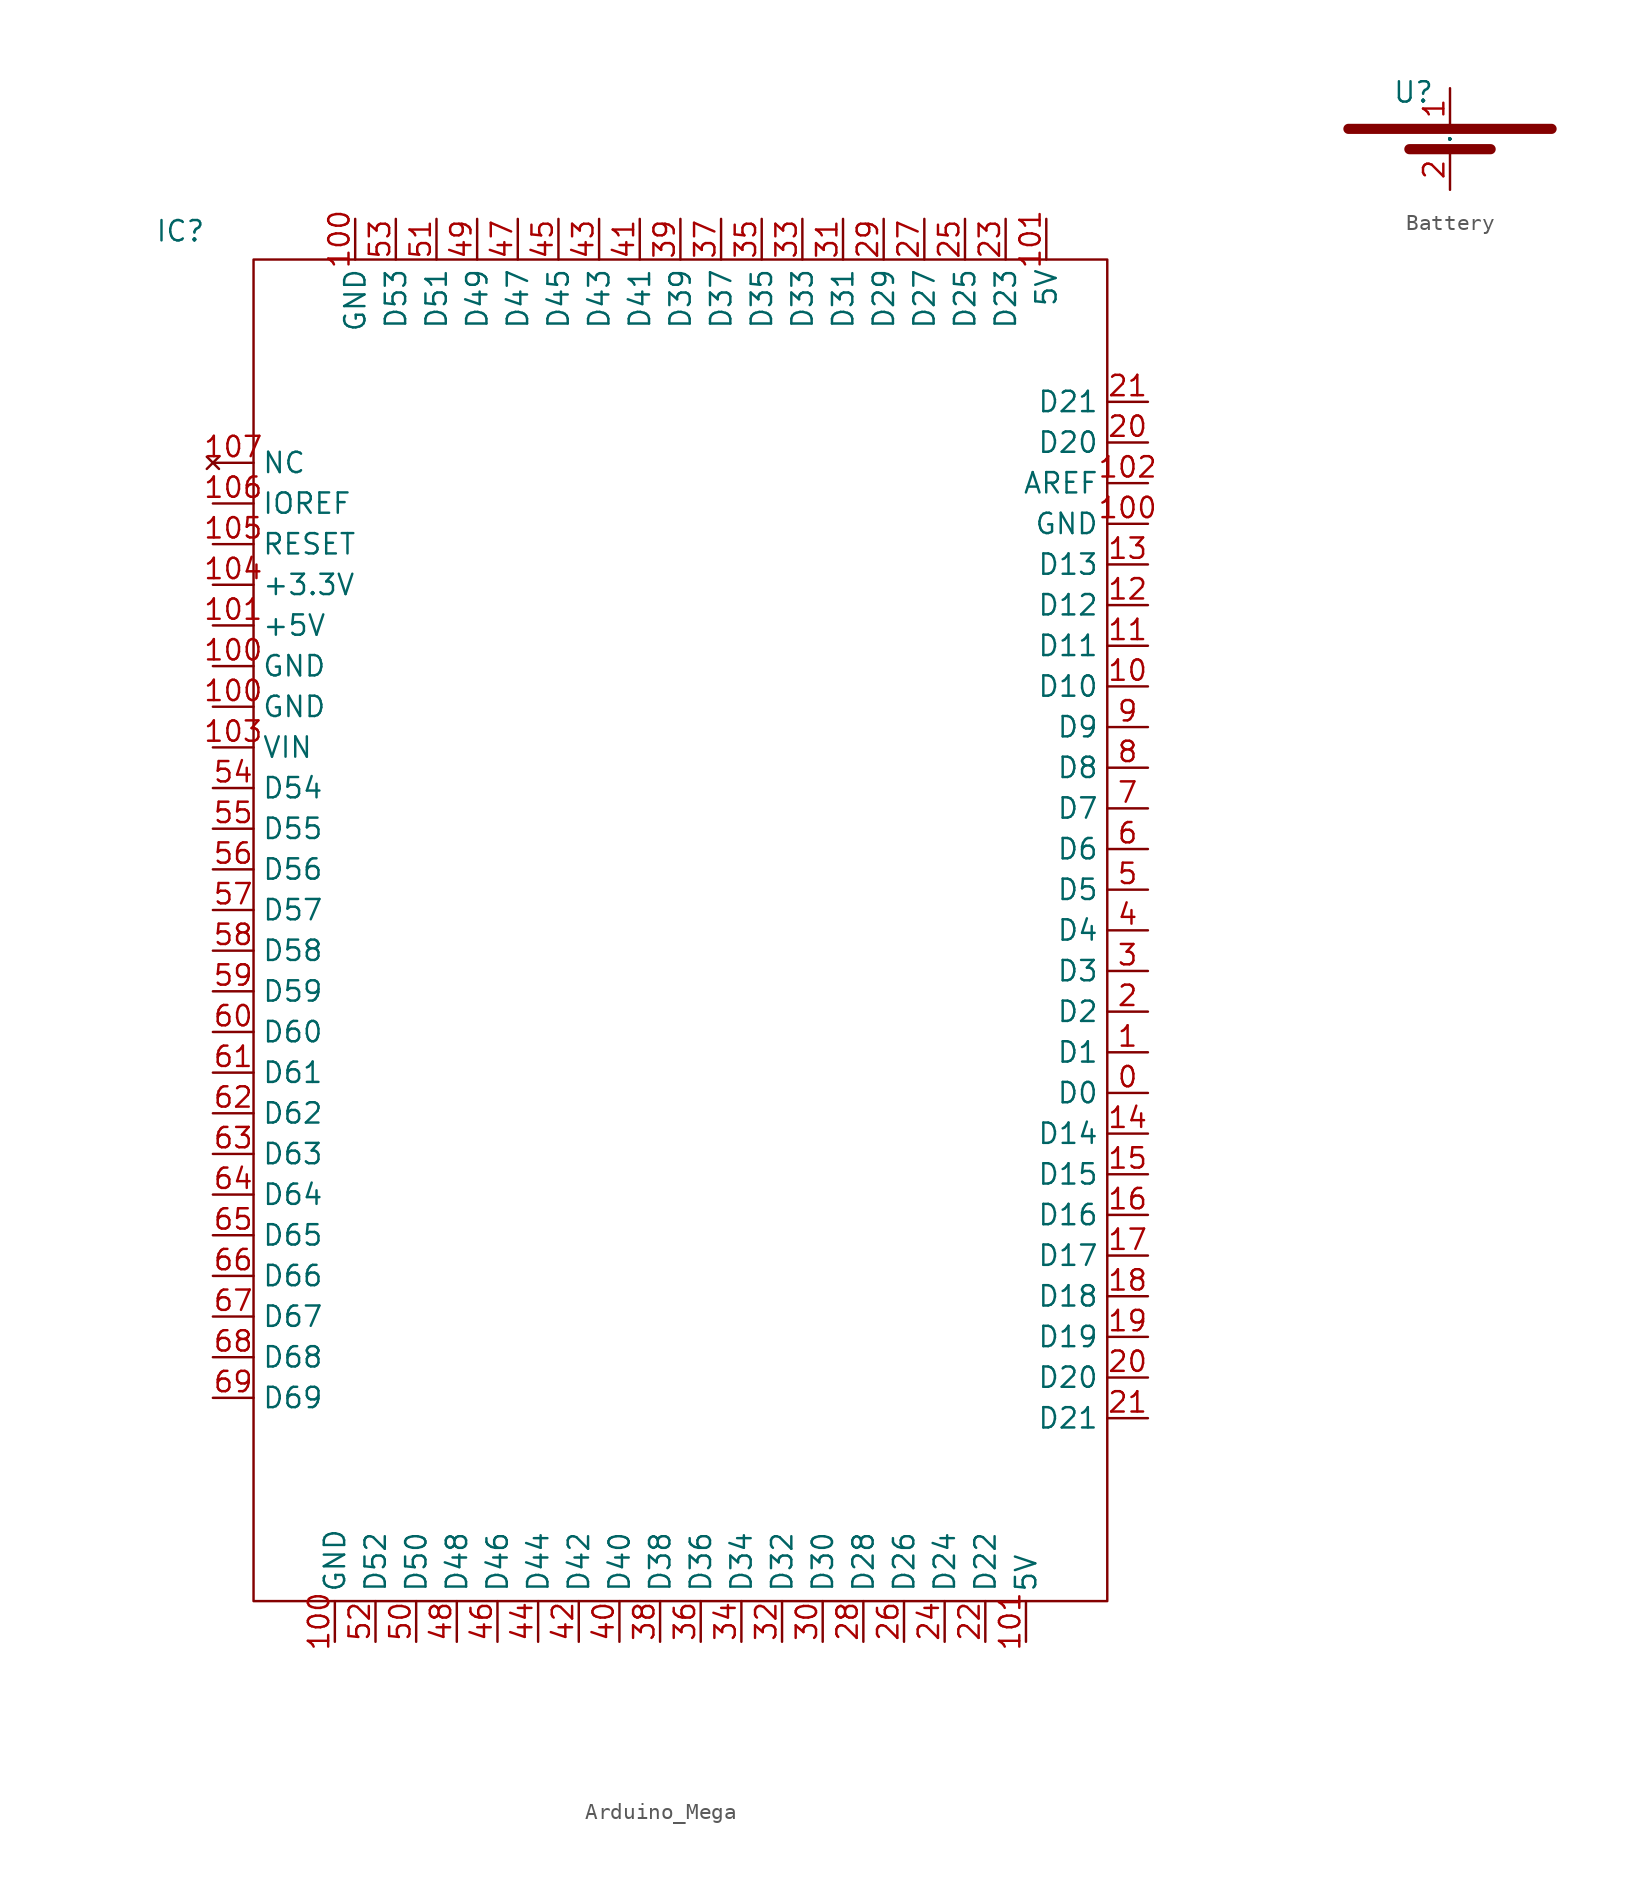
<source format=kicad_sym>
(kicad_symbol_lib
  (version 20231120)
  (generator "kicad_symbol_editor")
  (generator_version "8.0")
  (symbol "Arduino_Mega"
    (property "Reference" "IC"
      (at -13.462 15.748 0)
      (effects (font (size 1.27 1.27))))
    (property "Value" ""
      (at -8.89 -12.7 0)
      (effects (font (size 1.27 1.27))))
    (symbol "Arduino_Mega_0_1"
      (rectangle (start -8.89 13.97) (end 44.45 -69.85) (stroke (width 0) (type default)) (fill (type none))))
    (symbol "Arduino_Mega_1_1"
      (pin input line (at 46.99 -38.1 180) (length 2.54) (name "D0" (effects (font (size 1.27 1.27)))) (number "0" (effects (font (size 1.27 1.27)))))
      (pin input line (at 46.99 -35.56 180) (length 2.54) (name "D1" (effects (font (size 1.27 1.27)))) (number "1" (effects (font (size 1.27 1.27)))))
      (pin input line (at 46.99 -12.7 180) (length 2.54) (name "D10" (effects (font (size 1.27 1.27)))) (number "10" (effects (font (size 1.27 1.27)))))
      (pin input line (at -11.43 -13.97 0) (length 2.54) (name "GND" (effects (font (size 1.27 1.27)))) (number "100" (effects (font (size 1.27 1.27)))))
      (pin input line (at -11.43 -11.43 0) (length 2.54) (name "GND" (effects (font (size 1.27 1.27)))) (number "100" (effects (font (size 1.27 1.27)))))
      (pin input line (at -3.81 -72.39 90) (length 2.54) (name "GND" (effects (font (size 1.27 1.27)))) (number "100" (effects (font (size 1.27 1.27)))))
      (pin input line (at -2.54 16.51 270) (length 2.54) (name "GND" (effects (font (size 1.27 1.27)))) (number "100" (effects (font (size 1.27 1.27)))))
      (pin input line (at 46.99 -2.54 180) (length 2.54) (name "GND" (effects (font (size 1.27 1.27)))) (number "100" (effects (font (size 1.27 1.27)))))
      (pin input line (at -11.43 -8.89 0) (length 2.54) (name "+5V" (effects (font (size 1.27 1.27)))) (number "101" (effects (font (size 1.27 1.27)))))
      (pin input line (at 39.37 -72.39 90) (length 2.54) (name "5V" (effects (font (size 1.27 1.27)))) (number "101" (effects (font (size 1.27 1.27)))))
      (pin input line (at 40.64 16.51 270) (length 2.54) (name "5V" (effects (font (size 1.27 1.27)))) (number "101" (effects (font (size 1.27 1.27)))))
      (pin input line (at 46.99 0 180) (length 2.54) (name "AREF" (effects (font (size 1.27 1.27)))) (number "102" (effects (font (size 1.27 1.27)))))
      (pin input line (at -11.43 -16.51 0) (length 2.54) (name "VIN" (effects (font (size 1.27 1.27)))) (number "103" (effects (font (size 1.27 1.27)))))
      (pin input line (at -11.43 -6.35 0) (length 2.54) (name "+3.3V" (effects (font (size 1.27 1.27)))) (number "104" (effects (font (size 1.27 1.27)))))
      (pin input line (at -11.43 -3.81 0) (length 2.54) (name "RESET" (effects (font (size 1.27 1.27)))) (number "105" (effects (font (size 1.27 1.27)))))
      (pin input line (at -11.43 -1.27 0) (length 2.54) (name "IOREF" (effects (font (size 1.27 1.27)))) (number "106" (effects (font (size 1.27 1.27)))))
      (pin no_connect line (at -11.43 1.27 0) (length 2.54) (name "NC" (effects (font (size 1.27 1.27)))) (number "107" (effects (font (size 1.27 1.27)))))
      (pin input line (at 46.99 -10.16 180) (length 2.54) (name "D11" (effects (font (size 1.27 1.27)))) (number "11" (effects (font (size 1.27 1.27)))))
      (pin input line (at 46.99 -7.62 180) (length 2.54) (name "D12" (effects (font (size 1.27 1.27)))) (number "12" (effects (font (size 1.27 1.27)))))
      (pin input line (at 46.99 -5.08 180) (length 2.54) (name "D13" (effects (font (size 1.27 1.27)))) (number "13" (effects (font (size 1.27 1.27)))))
      (pin input line (at 46.99 -40.64 180) (length 2.54) (name "D14" (effects (font (size 1.27 1.27)))) (number "14" (effects (font (size 1.27 1.27)))))
      (pin input line (at 46.99 -43.18 180) (length 2.54) (name "D15" (effects (font (size 1.27 1.27)))) (number "15" (effects (font (size 1.27 1.27)))))
      (pin input line (at 46.99 -45.72 180) (length 2.54) (name "D16" (effects (font (size 1.27 1.27)))) (number "16" (effects (font (size 1.27 1.27)))))
      (pin input line (at 46.99 -48.26 180) (length 2.54) (name "D17" (effects (font (size 1.27 1.27)))) (number "17" (effects (font (size 1.27 1.27)))))
      (pin input line (at 46.99 -50.8 180) (length 2.54) (name "D18" (effects (font (size 1.27 1.27)))) (number "18" (effects (font (size 1.27 1.27)))))
      (pin input line (at 46.99 -53.34 180) (length 2.54) (name "D19" (effects (font (size 1.27 1.27)))) (number "19" (effects (font (size 1.27 1.27)))))
      (pin input line (at 46.99 -33.02 180) (length 2.54) (name "D2" (effects (font (size 1.27 1.27)))) (number "2" (effects (font (size 1.27 1.27)))))
      (pin input line (at 46.99 -55.88 180) (length 2.54) (name "D20" (effects (font (size 1.27 1.27)))) (number "20" (effects (font (size 1.27 1.27)))))
      (pin input line (at 46.99 2.54 180) (length 2.54) (name "D20" (effects (font (size 1.27 1.27)))) (number "20" (effects (font (size 1.27 1.27)))))
      (pin input line (at 46.99 -58.42 180) (length 2.54) (name "D21" (effects (font (size 1.27 1.27)))) (number "21" (effects (font (size 1.27 1.27)))))
      (pin input line (at 46.99 5.08 180) (length 2.54) (name "D21" (effects (font (size 1.27 1.27)))) (number "21" (effects (font (size 1.27 1.27)))))
      (pin input line (at 36.83 -72.39 90) (length 2.54) (name "D22" (effects (font (size 1.27 1.27)))) (number "22" (effects (font (size 1.27 1.27)))))
      (pin input line (at 38.1 16.51 270) (length 2.54) (name "D23" (effects (font (size 1.27 1.27)))) (number "23" (effects (font (size 1.27 1.27)))))
      (pin input line (at 34.29 -72.39 90) (length 2.54) (name "D24" (effects (font (size 1.27 1.27)))) (number "24" (effects (font (size 1.27 1.27)))))
      (pin input line (at 35.56 16.51 270) (length 2.54) (name "D25" (effects (font (size 1.27 1.27)))) (number "25" (effects (font (size 1.27 1.27)))))
      (pin input line (at 31.75 -72.39 90) (length 2.54) (name "D26" (effects (font (size 1.27 1.27)))) (number "26" (effects (font (size 1.27 1.27)))))
      (pin input line (at 33.02 16.51 270) (length 2.54) (name "D27" (effects (font (size 1.27 1.27)))) (number "27" (effects (font (size 1.27 1.27)))))
      (pin input line (at 29.21 -72.39 90) (length 2.54) (name "D28" (effects (font (size 1.27 1.27)))) (number "28" (effects (font (size 1.27 1.27)))))
      (pin input line (at 30.48 16.51 270) (length 2.54) (name "D29" (effects (font (size 1.27 1.27)))) (number "29" (effects (font (size 1.27 1.27)))))
      (pin input line (at 46.99 -30.48 180) (length 2.54) (name "D3" (effects (font (size 1.27 1.27)))) (number "3" (effects (font (size 1.27 1.27)))))
      (pin input line (at 26.67 -72.39 90) (length 2.54) (name "D30" (effects (font (size 1.27 1.27)))) (number "30" (effects (font (size 1.27 1.27)))))
      (pin input line (at 27.94 16.51 270) (length 2.54) (name "D31" (effects (font (size 1.27 1.27)))) (number "31" (effects (font (size 1.27 1.27)))))
      (pin input line (at 24.13 -72.39 90) (length 2.54) (name "D32" (effects (font (size 1.27 1.27)))) (number "32" (effects (font (size 1.27 1.27)))))
      (pin input line (at 25.4 16.51 270) (length 2.54) (name "D33" (effects (font (size 1.27 1.27)))) (number "33" (effects (font (size 1.27 1.27)))))
      (pin input line (at 21.59 -72.39 90) (length 2.54) (name "D34" (effects (font (size 1.27 1.27)))) (number "34" (effects (font (size 1.27 1.27)))))
      (pin input line (at 22.86 16.51 270) (length 2.54) (name "D35" (effects (font (size 1.27 1.27)))) (number "35" (effects (font (size 1.27 1.27)))))
      (pin input line (at 19.05 -72.39 90) (length 2.54) (name "D36" (effects (font (size 1.27 1.27)))) (number "36" (effects (font (size 1.27 1.27)))))
      (pin input line (at 20.32 16.51 270) (length 2.54) (name "D37" (effects (font (size 1.27 1.27)))) (number "37" (effects (font (size 1.27 1.27)))))
      (pin input line (at 16.51 -72.39 90) (length 2.54) (name "D38" (effects (font (size 1.27 1.27)))) (number "38" (effects (font (size 1.27 1.27)))))
      (pin input line (at 17.78 16.51 270) (length 2.54) (name "D39" (effects (font (size 1.27 1.27)))) (number "39" (effects (font (size 1.27 1.27)))))
      (pin input line (at 46.99 -27.94 180) (length 2.54) (name "D4" (effects (font (size 1.27 1.27)))) (number "4" (effects (font (size 1.27 1.27)))))
      (pin input line (at 13.97 -72.39 90) (length 2.54) (name "D40" (effects (font (size 1.27 1.27)))) (number "40" (effects (font (size 1.27 1.27)))))
      (pin input line (at 15.24 16.51 270) (length 2.54) (name "D41" (effects (font (size 1.27 1.27)))) (number "41" (effects (font (size 1.27 1.27)))))
      (pin input line (at 11.43 -72.39 90) (length 2.54) (name "D42" (effects (font (size 1.27 1.27)))) (number "42" (effects (font (size 1.27 1.27)))))
      (pin input line (at 12.7 16.51 270) (length 2.54) (name "D43" (effects (font (size 1.27 1.27)))) (number "43" (effects (font (size 1.27 1.27)))))
      (pin input line (at 8.89 -72.39 90) (length 2.54) (name "D44" (effects (font (size 1.27 1.27)))) (number "44" (effects (font (size 1.27 1.27)))))
      (pin input line (at 10.16 16.51 270) (length 2.54) (name "D45" (effects (font (size 1.27 1.27)))) (number "45" (effects (font (size 1.27 1.27)))))
      (pin input line (at 6.35 -72.39 90) (length 2.54) (name "D46" (effects (font (size 1.27 1.27)))) (number "46" (effects (font (size 1.27 1.27)))))
      (pin input line (at 7.62 16.51 270) (length 2.54) (name "D47" (effects (font (size 1.27 1.27)))) (number "47" (effects (font (size 1.27 1.27)))))
      (pin input line (at 3.81 -72.39 90) (length 2.54) (name "D48" (effects (font (size 1.27 1.27)))) (number "48" (effects (font (size 1.27 1.27)))))
      (pin input line (at 5.08 16.51 270) (length 2.54) (name "D49" (effects (font (size 1.27 1.27)))) (number "49" (effects (font (size 1.27 1.27)))))
      (pin input line (at 46.99 -25.4 180) (length 2.54) (name "D5" (effects (font (size 1.27 1.27)))) (number "5" (effects (font (size 1.27 1.27)))))
      (pin input line (at 1.27 -72.39 90) (length 2.54) (name "D50" (effects (font (size 1.27 1.27)))) (number "50" (effects (font (size 1.27 1.27)))))
      (pin input line (at 2.54 16.51 270) (length 2.54) (name "D51" (effects (font (size 1.27 1.27)))) (number "51" (effects (font (size 1.27 1.27)))))
      (pin input line (at -1.27 -72.39 90) (length 2.54) (name "D52" (effects (font (size 1.27 1.27)))) (number "52" (effects (font (size 1.27 1.27)))))
      (pin input line (at 0 16.51 270) (length 2.54) (name "D53" (effects (font (size 1.27 1.27)))) (number "53" (effects (font (size 1.27 1.27)))))
      (pin input line (at -11.43 -19.05 0) (length 2.54) (name "D54" (effects (font (size 1.27 1.27)))) (number "54" (effects (font (size 1.27 1.27)))))
      (pin input line (at -11.43 -21.59 0) (length 2.54) (name "D55" (effects (font (size 1.27 1.27)))) (number "55" (effects (font (size 1.27 1.27)))))
      (pin input line (at -11.43 -24.13 0) (length 2.54) (name "D56" (effects (font (size 1.27 1.27)))) (number "56" (effects (font (size 1.27 1.27)))))
      (pin input line (at -11.43 -26.67 0) (length 2.54) (name "D57" (effects (font (size 1.27 1.27)))) (number "57" (effects (font (size 1.27 1.27)))))
      (pin input line (at -11.43 -29.21 0) (length 2.54) (name "D58" (effects (font (size 1.27 1.27)))) (number "58" (effects (font (size 1.27 1.27)))))
      (pin input line (at -11.43 -31.75 0) (length 2.54) (name "D59" (effects (font (size 1.27 1.27)))) (number "59" (effects (font (size 1.27 1.27)))))
      (pin input line (at 46.99 -22.86 180) (length 2.54) (name "D6" (effects (font (size 1.27 1.27)))) (number "6" (effects (font (size 1.27 1.27)))))
      (pin input line (at -11.43 -34.29 0) (length 2.54) (name "D60" (effects (font (size 1.27 1.27)))) (number "60" (effects (font (size 1.27 1.27)))))
      (pin input line (at -11.43 -36.83 0) (length 2.54) (name "D61" (effects (font (size 1.27 1.27)))) (number "61" (effects (font (size 1.27 1.27)))))
      (pin input line (at -11.43 -39.37 0) (length 2.54) (name "D62" (effects (font (size 1.27 1.27)))) (number "62" (effects (font (size 1.27 1.27)))))
      (pin input line (at -11.43 -41.91 0) (length 2.54) (name "D63" (effects (font (size 1.27 1.27)))) (number "63" (effects (font (size 1.27 1.27)))))
      (pin input line (at -11.43 -44.45 0) (length 2.54) (name "D64" (effects (font (size 1.27 1.27)))) (number "64" (effects (font (size 1.27 1.27)))))
      (pin input line (at -11.43 -46.99 0) (length 2.54) (name "D65" (effects (font (size 1.27 1.27)))) (number "65" (effects (font (size 1.27 1.27)))))
      (pin input line (at -11.43 -49.53 0) (length 2.54) (name "D66" (effects (font (size 1.27 1.27)))) (number "66" (effects (font (size 1.27 1.27)))))
      (pin input line (at -11.43 -52.07 0) (length 2.54) (name "D67" (effects (font (size 1.27 1.27)))) (number "67" (effects (font (size 1.27 1.27)))))
      (pin input line (at -11.43 -54.61 0) (length 2.54) (name "D68" (effects (font (size 1.27 1.27)))) (number "68" (effects (font (size 1.27 1.27)))))
      (pin input line (at -11.43 -57.15 0) (length 2.54) (name "D69" (effects (font (size 1.27 1.27)))) (number "69" (effects (font (size 1.27 1.27)))))
      (pin input line (at 46.99 -20.32 180) (length 2.54) (name "D7" (effects (font (size 1.27 1.27)))) (number "7" (effects (font (size 1.27 1.27)))))
      (pin input line (at 46.99 -17.78 180) (length 2.54) (name "D8" (effects (font (size 1.27 1.27)))) (number "8" (effects (font (size 1.27 1.27)))))
      (pin input line (at 46.99 -15.24 180) (length 2.54) (name "D9" (effects (font (size 1.27 1.27)))) (number "9" (effects (font (size 1.27 1.27)))))))
  (symbol "Battery"
    (property "Reference" "U"
      (at -2.286 3.556 0)
      (effects (font (size 1.27 1.27))))
    (property "Value" ""
      (at 0 0 0)
      (effects (font (size 1.27 1.27))))
    (symbol "Battery_1_1"
      (polyline (pts (xy -6.35 1.27) (xy 6.35 1.27)) (stroke (width 0.635) (type default)) (fill (type none)))
      (polyline (pts (xy 2.54 0) (xy -2.54 0)) (stroke (width 0.635) (type default)) (fill (type none)))
      (pin output line (at 0 3.81 270) (length 2.54) (name "VDD" (effects (font (size 0.025 0.025)))) (number "1" (effects (font (size 1.27 1.27)))))
      (pin output line (at 0 -2.54 90) (length 2.54) (name "GND" (effects (font (size 0.025 0.025)))) (number "2" (effects (font (size 1.27 1.27))))))))
</source>
